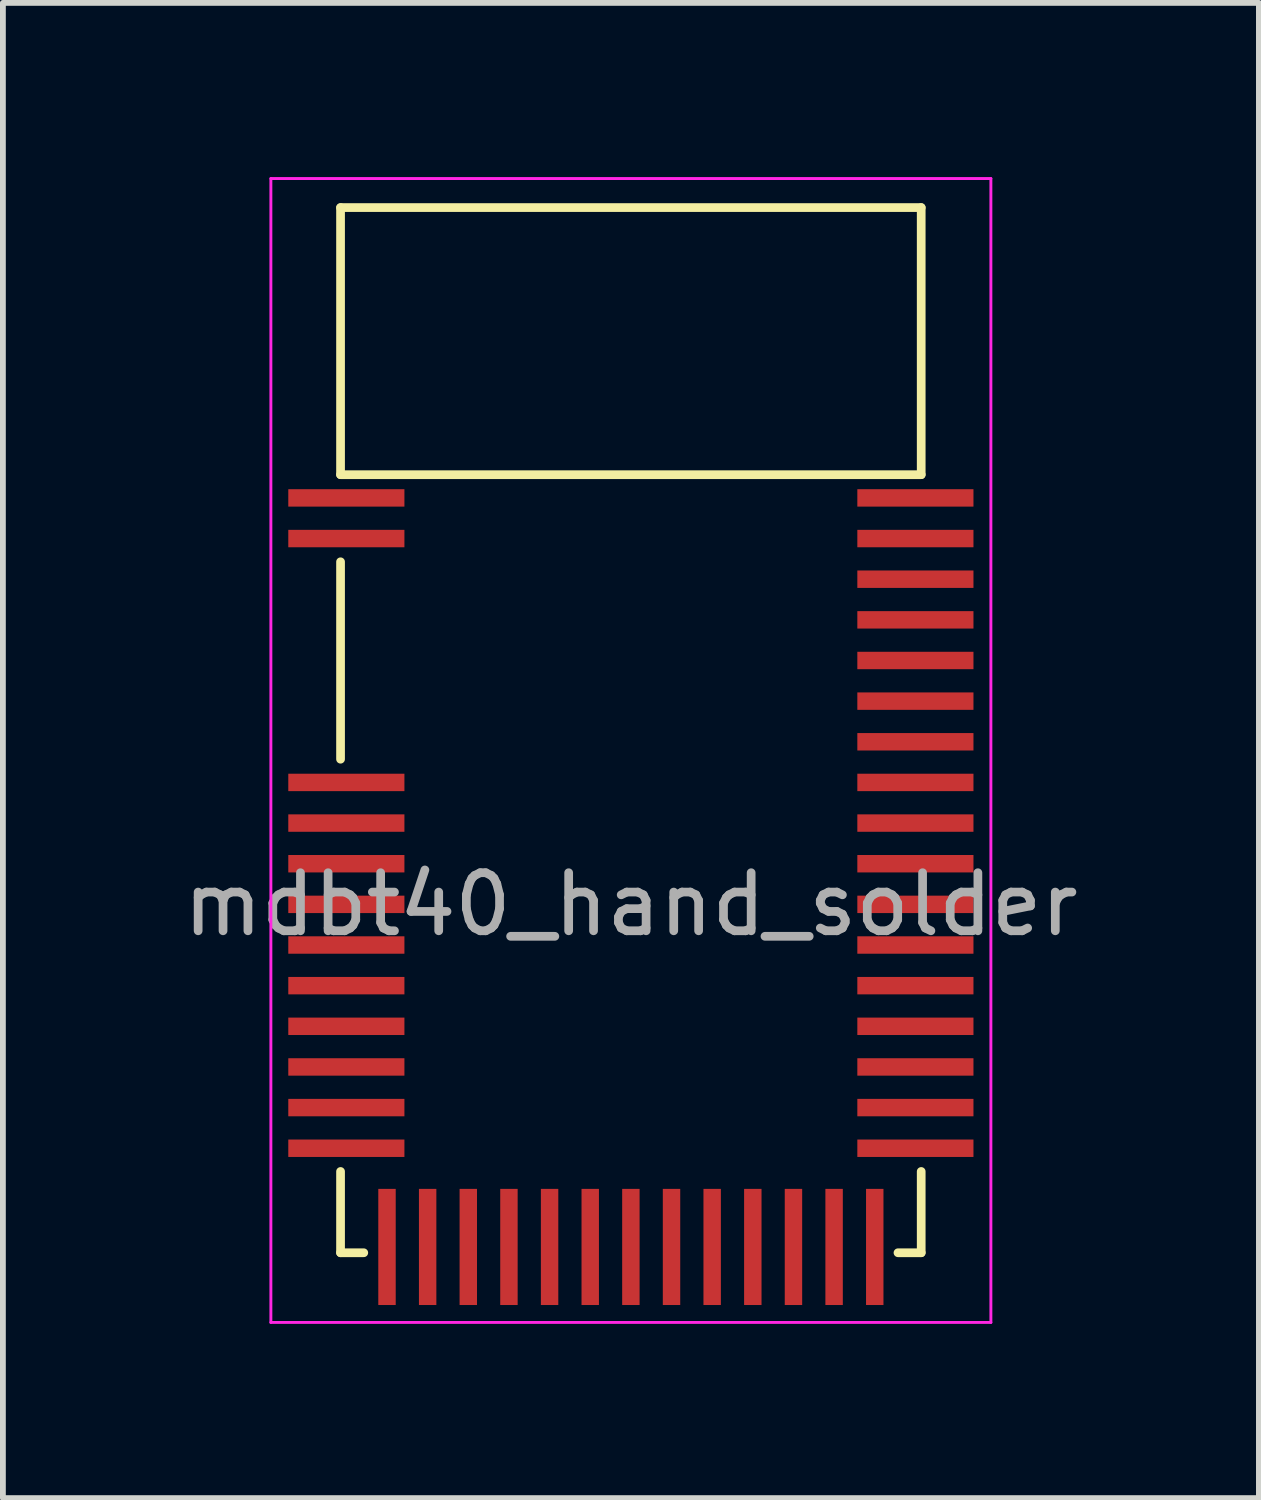
<source format=kicad_pcb>
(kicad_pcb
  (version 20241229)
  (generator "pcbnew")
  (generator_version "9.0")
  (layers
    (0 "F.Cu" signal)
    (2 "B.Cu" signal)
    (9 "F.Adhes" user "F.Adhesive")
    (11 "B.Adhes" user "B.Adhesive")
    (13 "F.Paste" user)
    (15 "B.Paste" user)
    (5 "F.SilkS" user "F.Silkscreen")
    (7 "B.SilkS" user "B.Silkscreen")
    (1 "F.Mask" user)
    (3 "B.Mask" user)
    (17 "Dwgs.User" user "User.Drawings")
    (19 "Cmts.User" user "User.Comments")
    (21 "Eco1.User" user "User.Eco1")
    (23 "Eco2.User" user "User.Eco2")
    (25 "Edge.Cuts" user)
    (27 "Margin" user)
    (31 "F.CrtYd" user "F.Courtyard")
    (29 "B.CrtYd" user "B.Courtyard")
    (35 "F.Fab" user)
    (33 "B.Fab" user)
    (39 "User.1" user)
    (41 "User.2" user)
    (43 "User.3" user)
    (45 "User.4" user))
  (footprint "mdbt40_hand_solder"
    (layer "F.Cu")
    (at 7.815 9.525)
    (property "Reference" "mdbt40_hand_solder" (at 0 3 0) (layer "F.Fab") (effects (font (size 1 1) (thickness 0.15))))
    (attr through_hole)
    (fp_line (start -5 -9) (end 5 -9) (stroke (width 0.15) (type solid)) (layer "F.SilkS"))
    (fp_line (start -5 -4.4) (end -5 -9) (stroke (width 0.15) (type solid)) (layer "F.SilkS"))
    (fp_line (start -5 -4.4) (end 5 -4.4) (stroke (width 0.15) (type solid)) (layer "F.SilkS"))
    (fp_line (start -5 0.5) (end -5 -2.9) (stroke (width 0.15) (type solid)) (layer "F.SilkS"))
    (fp_line (start -5 7.6) (end -5 9) (stroke (width 0.15) (type solid)) (layer "F.SilkS"))
    (fp_line (start -5 9) (end -4.6 9) (stroke (width 0.15) (type solid)) (layer "F.SilkS"))
    (fp_line (start 4.6 9) (end 5 9) (stroke (width 0.15) (type solid)) (layer "F.SilkS"))
    (fp_line (start 5 -9) (end 5 -4.4) (stroke (width 0.15) (type solid)) (layer "F.SilkS"))
    (fp_line (start 5 9) (end 5 7.6) (stroke (width 0.15) (type solid)) (layer "F.SilkS"))
    (fp_line (start -6.2 -9.5) (end -6.2 10.2) (stroke (width 0.05) (type solid)) (layer "F.CrtYd"))
    (fp_line (start -6.2 10.2) (end 6.2 10.2) (stroke (width 0.05) (type solid)) (layer "F.CrtYd"))
    (fp_line (start 6.2 -9.5) (end -6.2 -9.5) (stroke (width 0.05) (type solid)) (layer "F.CrtYd"))
    (fp_line (start 6.2 10.2) (end 6.2 -9.5) (stroke (width 0.05) (type solid)) (layer "F.CrtYd"))
    (pad "1" smd rect (at -4.9 -4) (size 2 0.3) (layers "F.Cu" "F.Mask" "F.Paste"))
    (pad "2" smd rect (at -4.9 -3.3) (size 2 0.3) (layers "F.Cu" "F.Mask" "F.Paste"))
    (pad "3" smd rect (at -4.9 0.9) (size 2 0.3) (layers "F.Cu" "F.Mask" "F.Paste"))
    (pad "4" smd rect (at -4.9 1.6) (size 2 0.3) (layers "F.Cu" "F.Mask" "F.Paste"))
    (pad "5" smd rect (at -4.9 2.3) (size 2 0.3) (layers "F.Cu" "F.Mask" "F.Paste"))
    (pad "6" smd rect (at -4.9 3) (size 2 0.3) (layers "F.Cu" "F.Mask" "F.Paste"))
    (pad "7" smd rect (at -4.9 3.7) (size 2 0.3) (layers "F.Cu" "F.Mask" "F.Paste"))
    (pad "8" smd rect (at -4.9 4.4) (size 2 0.3) (layers "F.Cu" "F.Mask" "F.Paste"))
    (pad "9" smd rect (at -4.9 5.1) (size 2 0.3) (layers "F.Cu" "F.Mask" "F.Paste"))
    (pad "10" smd rect (at -4.9 5.8) (size 2 0.3) (layers "F.Cu" "F.Mask" "F.Paste"))
    (pad "11" smd rect (at -4.9 6.5) (size 2 0.3) (layers "F.Cu" "F.Mask" "F.Paste"))
    (pad "12" smd rect (at -4.9 7.2) (size 2 0.3) (layers "F.Cu" "F.Mask" "F.Paste"))
    (pad "13" smd rect (at -4.2 8.9) (size 0.3 2) (layers "F.Cu" "F.Mask" "F.Paste"))
    (pad "14" smd rect (at -3.5 8.9) (size 0.3 2) (layers "F.Cu" "F.Mask" "F.Paste"))
    (pad "15" smd rect (at -2.8 8.9) (size 0.3 2) (layers "F.Cu" "F.Mask" "F.Paste"))
    (pad "16" smd rect (at -2.1 8.9) (size 0.3 2) (layers "F.Cu" "F.Mask" "F.Paste"))
    (pad "17" smd rect (at -1.4 8.9) (size 0.3 2) (layers "F.Cu" "F.Mask" "F.Paste"))
    (pad "18" smd rect (at -0.7 8.9) (size 0.3 2) (layers "F.Cu" "F.Mask" "F.Paste"))
    (pad "19" smd rect (at 0 8.9) (size 0.3 2) (layers "F.Cu" "F.Mask" "F.Paste"))
    (pad "20" smd rect (at 0.7 8.9) (size 0.3 2) (layers "F.Cu" "F.Mask" "F.Paste"))
    (pad "21" smd rect (at 1.4 8.9) (size 0.3 2) (layers "F.Cu" "F.Mask" "F.Paste"))
    (pad "22" smd rect (at 2.1 8.9) (size 0.3 2) (layers "F.Cu" "F.Mask" "F.Paste"))
    (pad "23" smd rect (at 2.8 8.9) (size 0.3 2) (layers "F.Cu" "F.Mask" "F.Paste"))
    (pad "24" smd rect (at 3.5 8.9) (size 0.3 2) (layers "F.Cu" "F.Mask" "F.Paste"))
    (pad "25" smd rect (at 4.2 8.9) (size 0.3 2) (layers "F.Cu" "F.Mask" "F.Paste"))
    (pad "26" smd rect (at 4.9 7.2) (size 2 0.3) (layers "F.Cu" "F.Mask" "F.Paste"))
    (pad "27" smd rect (at 4.9 6.5) (size 2 0.3) (layers "F.Cu" "F.Mask" "F.Paste"))
    (pad "28" smd rect (at 4.9 5.8) (size 2 0.3) (layers "F.Cu" "F.Mask" "F.Paste"))
    (pad "29" smd rect (at 4.9 5.1) (size 2 0.3) (layers "F.Cu" "F.Mask" "F.Paste"))
    (pad "30" smd rect (at 4.9 4.4) (size 2 0.3) (layers "F.Cu" "F.Mask" "F.Paste"))
    (pad "31" smd rect (at 4.9 3.7) (size 2 0.3) (layers "F.Cu" "F.Mask" "F.Paste"))
    (pad "32" smd rect (at 4.9 3) (size 2 0.3) (layers "F.Cu" "F.Mask" "F.Paste"))
    (pad "33" smd rect (at 4.9 2.3) (size 2 0.3) (layers "F.Cu" "F.Mask" "F.Paste"))
    (pad "34" smd rect (at 4.9 1.6) (size 2 0.3) (layers "F.Cu" "F.Mask" "F.Paste"))
    (pad "35" smd rect (at 4.9 0.9) (size 2 0.3) (layers "F.Cu" "F.Mask" "F.Paste"))
    (pad "36" smd rect (at 4.9 0.2) (size 2 0.3) (layers "F.Cu" "F.Mask" "F.Paste"))
    (pad "37" smd rect (at 4.9 -0.5) (size 2 0.3) (layers "F.Cu" "F.Mask" "F.Paste"))
    (pad "38" smd rect (at 4.9 -1.2) (size 2 0.3) (layers "F.Cu" "F.Mask" "F.Paste"))
    (pad "39" smd rect (at 4.9 -1.9) (size 2 0.3) (layers "F.Cu" "F.Mask" "F.Paste"))
    (pad "40" smd rect (at 4.9 -2.6) (size 2 0.3) (layers "F.Cu" "F.Mask" "F.Paste"))
    (pad "41" smd rect (at 4.9 -3.3) (size 2 0.3) (layers "F.Cu" "F.Mask" "F.Paste"))
    (pad "42" smd rect (at 4.9 -4) (size 2 0.3) (layers "F.Cu" "F.Mask" "F.Paste")))
  (gr_rect
    (start -3 -3)
    (end 18.631 22.75)
    (stroke (width 0.1) (type default))
    (fill no)
    (layer "Edge.Cuts")))
</source>
